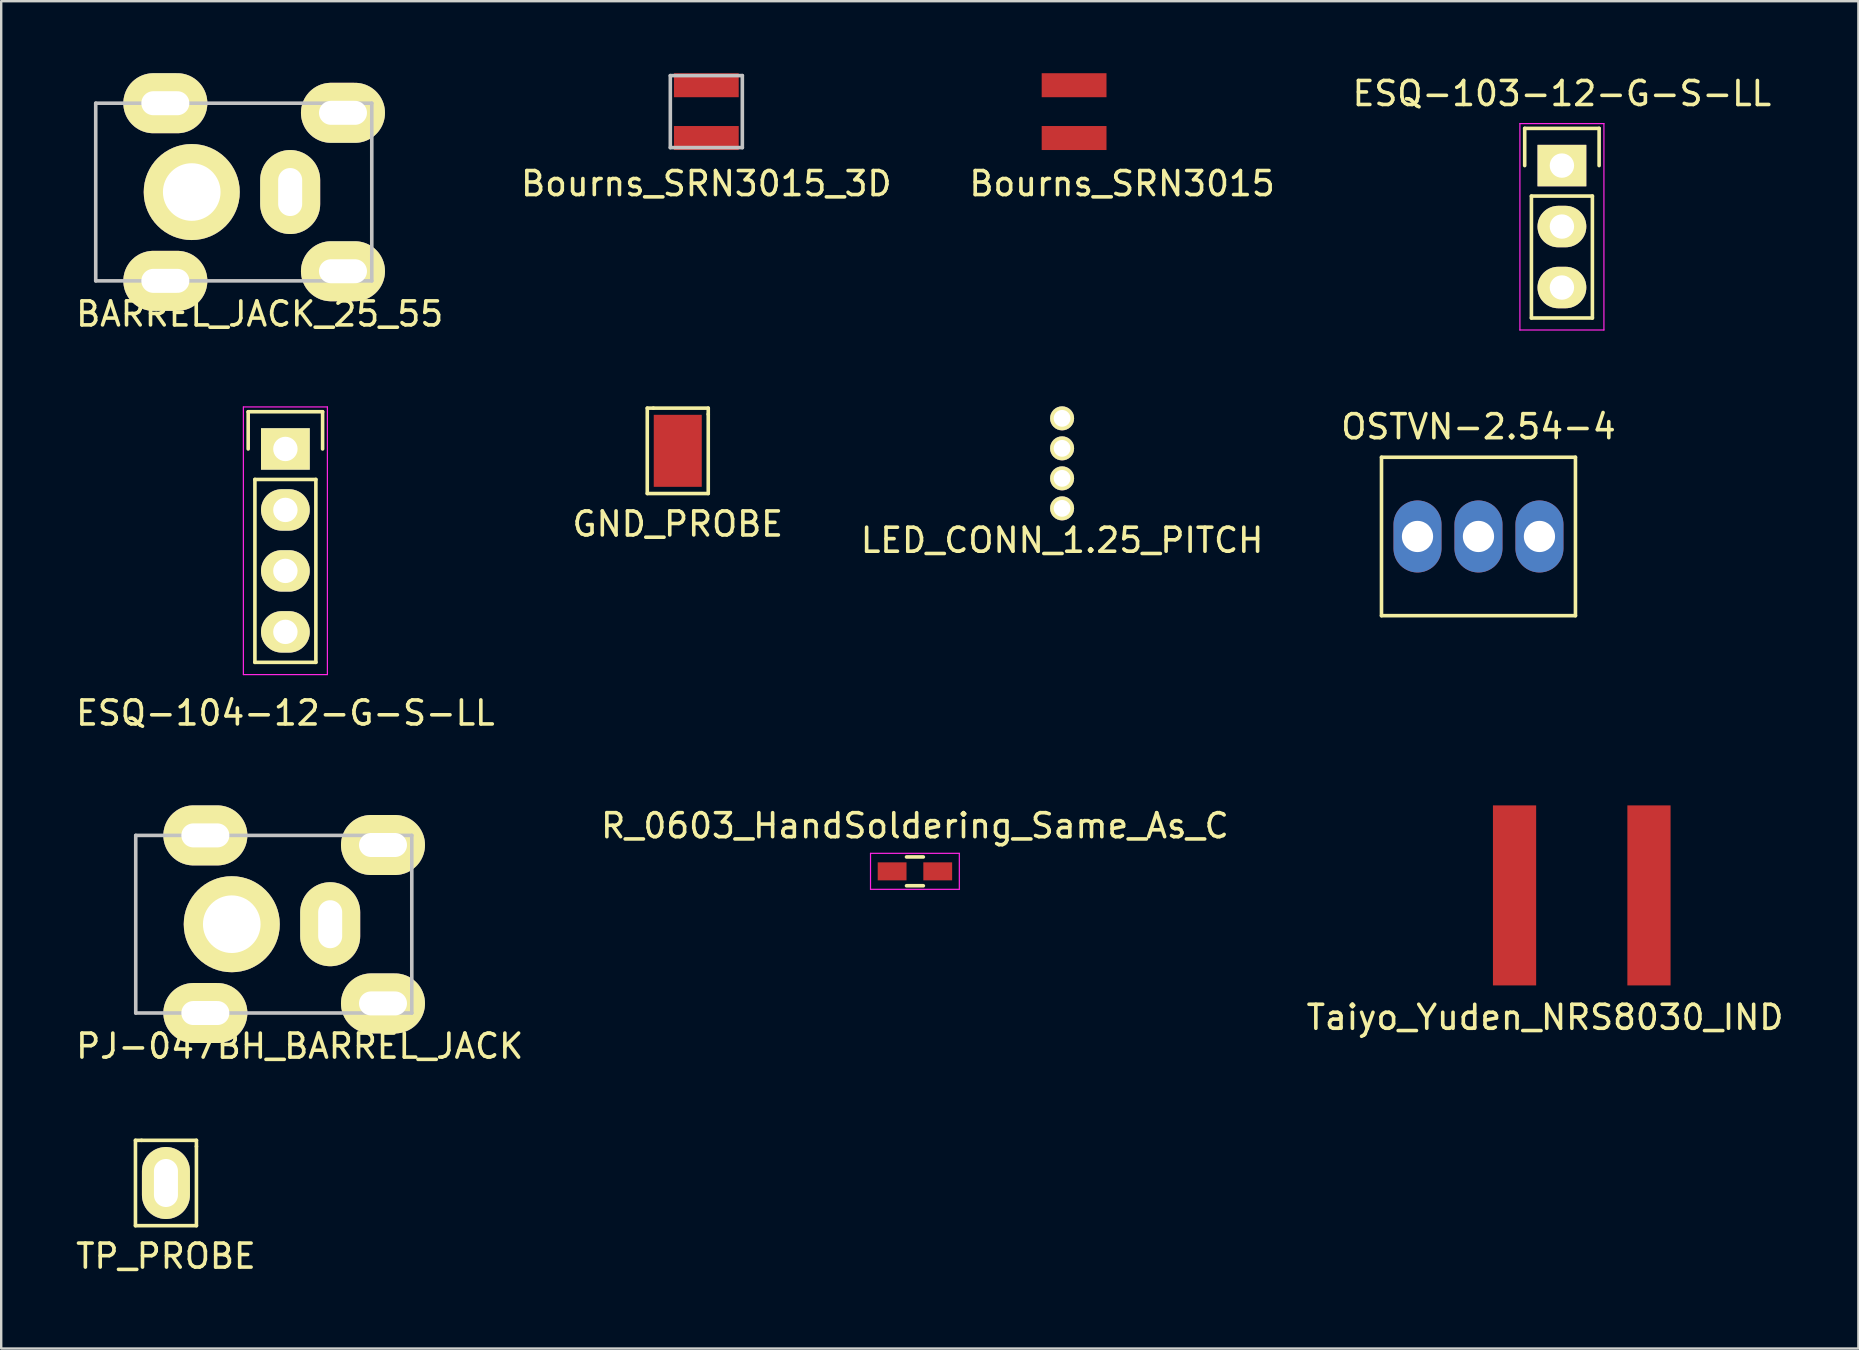
<source format=kicad_pcb>
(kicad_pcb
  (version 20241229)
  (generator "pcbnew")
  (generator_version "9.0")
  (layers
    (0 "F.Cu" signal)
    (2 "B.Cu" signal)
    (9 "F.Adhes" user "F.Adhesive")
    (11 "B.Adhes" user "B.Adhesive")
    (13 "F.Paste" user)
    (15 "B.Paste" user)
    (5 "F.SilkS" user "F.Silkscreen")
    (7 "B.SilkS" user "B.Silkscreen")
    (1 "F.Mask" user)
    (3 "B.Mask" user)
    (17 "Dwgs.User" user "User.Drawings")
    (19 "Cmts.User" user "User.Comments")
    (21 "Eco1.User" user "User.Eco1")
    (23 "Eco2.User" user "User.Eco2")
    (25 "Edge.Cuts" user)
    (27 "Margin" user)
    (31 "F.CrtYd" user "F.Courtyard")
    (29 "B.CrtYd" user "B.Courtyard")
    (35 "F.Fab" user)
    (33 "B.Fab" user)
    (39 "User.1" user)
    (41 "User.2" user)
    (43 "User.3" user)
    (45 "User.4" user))
  (footprint "BARREL_JACK_25_55"
    (layer "F.Cu")
    (at 9.038 4.95)
    (property "Reference" "BARREL_JACK_25_55" (at -1.27 5.08 0) (layer "F.SilkS") (effects (font (size 1 1) (thickness 0.15))))
    (attr through_hole)
    (fp_line (start -8.1 -3.7) (end 3.4 -3.7) (stroke (width 0.15) (type solid)) (layer "Dwgs.User"))
    (fp_line (start -8.1 3.7) (end -8.1 -3.7) (stroke (width 0.15) (type solid)) (layer "Dwgs.User"))
    (fp_line (start -8.1 3.7) (end 3.4 3.7) (stroke (width 0.15) (type solid)) (layer "Dwgs.User"))
    (fp_line (start 3.4 3.7) (end 3.4 -3.7) (stroke (width 0.15) (type solid)) (layer "Dwgs.User"))
    (pad "" thru_hole oval (at -5.2 -3.7) (size 3.5 2.5) (drill oval 2 1) (layers "*.Cu" "*.Mask" "F.SilkS"))
    (pad "" thru_hole oval (at -5.2 3.7) (size 3.5 2.5) (drill oval 2 1) (layers "*.Cu" "*.Mask" "F.SilkS"))
    (pad "" thru_hole circle (at -4.1 0) (size 4 4) (drill 2.4) (layers "*.Cu" "*.Mask" "F.SilkS"))
    (pad "1" thru_hole oval (at 2.2 3.3) (size 3.5 2.5) (drill oval 2 1) (layers "*.Cu" "*.Mask" "F.SilkS"))
    (pad "2" thru_hole oval (at 0 0) (size 2.5 3.5) (drill oval 1 2) (layers "*.Cu" "*.Mask" "F.SilkS"))
    (pad "3" thru_hole oval (at 2.2 -3.3) (size 3.5 2.5) (drill oval 2 1) (layers "*.Cu" "*.Mask" "F.SilkS")))
  (footprint "Bourns_SRN3015"
    (layer "F.Cu")
    (at 41.696 1.6)
    (property "Reference" "Bourns_SRN3015" (at 2 3 0) (layer "F.SilkS") (effects (font (size 1 1) (thickness 0.15))))
    (attr through_hole)
    (pad "1" smd rect (at 0 -1.1) (size 2.7 1) (layers "F.Cu" "F.Mask" "F.Paste"))
    (pad "2" smd rect (at 0 1.1) (size 2.7 1) (layers "F.Cu" "F.Mask" "F.Paste")))
  (footprint "ESQ-103-12-G-S-LL"
    (layer "F.Cu")
    (at 62.018 3.848)
    (property "Reference" "ESQ-103-12-G-S-LL" (at 0 -3 0) (layer "F.SilkS") (effects (font (size 1 1) (thickness 0.15))))
    (attr through_hole)
    (fp_line (start -1.55 -1.55) (end 1.55 -1.55) (stroke (width 0.15) (type solid)) (layer "F.SilkS"))
    (fp_line (start -1.55 0) (end -1.55 -1.55) (stroke (width 0.15) (type solid)) (layer "F.SilkS"))
    (fp_line (start -1.27 1.27) (end -1.27 6.35) (stroke (width 0.15) (type solid)) (layer "F.SilkS"))
    (fp_line (start -1.27 6.35) (end 1.27 6.35) (stroke (width 0.15) (type solid)) (layer "F.SilkS"))
    (fp_line (start 1.27 1.27) (end -1.27 1.27) (stroke (width 0.15) (type solid)) (layer "F.SilkS"))
    (fp_line (start 1.27 6.35) (end 1.27 1.27) (stroke (width 0.15) (type solid)) (layer "F.SilkS"))
    (fp_line (start 1.55 -1.55) (end 1.55 0) (stroke (width 0.15) (type solid)) (layer "F.SilkS"))
    (fp_line (start -1.75 -1.75) (end -1.75 6.85) (stroke (width 0.05) (type solid)) (layer "F.CrtYd"))
    (fp_line (start -1.75 -1.75) (end 1.75 -1.75) (stroke (width 0.05) (type solid)) (layer "F.CrtYd"))
    (fp_line (start -1.75 6.85) (end 1.75 6.85) (stroke (width 0.05) (type solid)) (layer "F.CrtYd"))
    (fp_line (start 1.75 -1.75) (end 1.75 6.85) (stroke (width 0.05) (type solid)) (layer "F.CrtYd"))
    (pad "1" thru_hole rect (at 0 0) (size 2.032 1.727) (drill 1.016) (layers "*.Cu" "*.Mask" "F.SilkS"))
    (pad "2" thru_hole oval (at 0 2.54) (size 2.032 1.727) (drill 1.016) (layers "*.Cu" "*.Mask" "F.SilkS"))
    (pad "3" thru_hole oval (at 0 5.08) (size 2.032 1.727) (drill 1.016) (layers "*.Cu" "*.Mask" "F.SilkS")))
  (footprint "PJ-047BH_BARREL_JACK"
    (layer "F.Cu")
    (at 10.705 35.452)
    (property "Reference" "PJ-047BH_BARREL_JACK" (at -1.27 5.08 0) (layer "F.SilkS") (effects (font (size 1 1) (thickness 0.15))))
    (attr through_hole)
    (fp_line (start -8.1 -3.7) (end 3.4 -3.7) (stroke (width 0.15) (type solid)) (layer "Dwgs.User"))
    (fp_line (start -8.1 3.7) (end -8.1 -3.7) (stroke (width 0.15) (type solid)) (layer "Dwgs.User"))
    (fp_line (start -8.1 3.7) (end 3.4 3.7) (stroke (width 0.15) (type solid)) (layer "Dwgs.User"))
    (fp_line (start 3.4 3.7) (end 3.4 -3.7) (stroke (width 0.15) (type solid)) (layer "Dwgs.User"))
    (pad "" thru_hole oval (at -5.2 -3.7) (size 3.5 2.5) (drill oval 2 1) (layers "*.Cu" "*.Mask" "F.SilkS"))
    (pad "" thru_hole oval (at -5.2 3.7) (size 3.5 2.5) (drill oval 2 1) (layers "*.Cu" "*.Mask" "F.SilkS"))
    (pad "" thru_hole circle (at -4.1 0) (size 4 4) (drill 2.4) (layers "*.Cu" "*.Mask" "F.SilkS"))
    (pad "1" thru_hole oval (at 2.2 3.3) (size 3.5 2.5) (drill oval 2 1) (layers "*.Cu" "*.Mask" "F.SilkS"))
    (pad "2" thru_hole oval (at 0 0) (size 2.5 3.5) (drill oval 1 2) (layers "*.Cu" "*.Mask" "F.SilkS"))
    (pad "3" thru_hole oval (at 2.2 -3.3) (size 3.5 2.5) (drill oval 2 1) (layers "*.Cu" "*.Mask" "F.SilkS")))
  (footprint "OSTVN-2.54-4"
    (layer "F.Cu")
    (at 58.542 19.299)
    (property "Reference" "OSTVN-2.54-4" (at 0 -4.572 0) (layer "F.SilkS") (effects (font (size 1 1) (thickness 0.15))))
    (attr exclude_from_pos_files exclude_from_bom)
    (fp_line (start -4.04 -3.3) (end -4.04 3.3) (stroke (width 0.15) (type solid)) (layer "F.SilkS"))
    (fp_line (start -4.04 -3.3) (end 4.04 -3.3) (stroke (width 0.15) (type solid)) (layer "F.SilkS"))
    (fp_line (start -4.04 3.3) (end 4.04 3.3) (stroke (width 0.15) (type solid)) (layer "F.SilkS"))
    (fp_line (start 4.04 -3.3) (end 4.04 3.3) (stroke (width 0.15) (type solid)) (layer "F.SilkS"))
    (pad "1" thru_hole oval (at -2.54 0) (size 2 3) (drill 1.3) (layers "*.Cu" "*.Mask"))
    (pad "2" thru_hole oval (at 0 0) (size 2 3) (drill 1.3) (layers "*.Cu" "*.Mask"))
    (pad "3" thru_hole oval (at 2.54 0) (size 2 3) (drill 1.3) (layers "*.Cu" "*.Mask")))
  (footprint "TP_PROBE"
    (layer "F.Cu")
    (at 3.863 46.233)
    (property "Reference" "TP_PROBE" (at 0 3.048 0) (layer "F.SilkS") (effects (font (size 1 1) (thickness 0.15))))
    (attr through_hole)
    (fp_line (start -1.27 -1.778) (end -1.27 1.778) (stroke (width 0.15) (type solid)) (layer "F.SilkS"))
    (fp_line (start -1.27 1.778) (end 1.27 1.778) (stroke (width 0.15) (type solid)) (layer "F.SilkS"))
    (fp_line (start -1.016 -1.778) (end -1.27 -1.778) (stroke (width 0.15) (type solid)) (layer "F.SilkS"))
    (fp_line (start 1.27 -1.778) (end -1.016 -1.778) (stroke (width 0.15) (type solid)) (layer "F.SilkS"))
    (fp_line (start 1.27 -1.524) (end 1.27 -1.778) (stroke (width 0.15) (type solid)) (layer "F.SilkS"))
    (fp_line (start 1.27 1.778) (end 1.27 -1.524) (stroke (width 0.15) (type solid)) (layer "F.SilkS"))
    (pad "1" thru_hole oval (at 0 0) (size 2 3) (drill oval 1 2) (layers "*.Cu" "*.Mask" "F.SilkS")))
  (footprint "GND_PROBE"
    (layer "F.Cu")
    (at 25.185 15.731)
    (property "Reference" "GND_PROBE" (at 0 3.048 0) (layer "F.SilkS") (effects (font (size 1 1) (thickness 0.15))))
    (attr through_hole)
    (fp_line (start -1.27 -1.778) (end -1.27 1.778) (stroke (width 0.15) (type solid)) (layer "F.SilkS"))
    (fp_line (start -1.27 1.778) (end 1.27 1.778) (stroke (width 0.15) (type solid)) (layer "F.SilkS"))
    (fp_line (start -1.016 -1.778) (end -1.27 -1.778) (stroke (width 0.15) (type solid)) (layer "F.SilkS"))
    (fp_line (start 1.27 -1.778) (end -1.016 -1.778) (stroke (width 0.15) (type solid)) (layer "F.SilkS"))
    (fp_line (start 1.27 -1.524) (end 1.27 -1.778) (stroke (width 0.15) (type solid)) (layer "F.SilkS"))
    (fp_line (start 1.27 1.778) (end 1.27 -1.524) (stroke (width 0.15) (type solid)) (layer "F.SilkS"))
    (pad "1" smd rect (at 0 0) (size 2 3) (layers "F.Cu" "F.Mask" "F.Paste")))
  (footprint "ESQ-104-12-G-S-LL"
    (layer "F.Cu")
    (at 8.839 15.653)
    (property "Reference" "ESQ-104-12-G-S-LL" (at 0 11 0) (layer "F.SilkS") (effects (font (size 1 1) (thickness 0.15))))
    (attr through_hole)
    (fp_line (start -1.55 -1.55) (end 1.55 -1.55) (stroke (width 0.15) (type solid)) (layer "F.SilkS"))
    (fp_line (start -1.55 0) (end -1.55 -1.55) (stroke (width 0.15) (type solid)) (layer "F.SilkS"))
    (fp_line (start -1.27 1.27) (end -1.27 8.89) (stroke (width 0.15) (type solid)) (layer "F.SilkS"))
    (fp_line (start -1.27 8.89) (end 1.27 8.89) (stroke (width 0.15) (type solid)) (layer "F.SilkS"))
    (fp_line (start 1.27 1.27) (end -1.27 1.27) (stroke (width 0.15) (type solid)) (layer "F.SilkS"))
    (fp_line (start 1.27 1.27) (end 1.27 8.89) (stroke (width 0.15) (type solid)) (layer "F.SilkS"))
    (fp_line (start 1.55 -1.55) (end 1.55 0) (stroke (width 0.15) (type solid)) (layer "F.SilkS"))
    (fp_line (start -1.75 -1.75) (end -1.75 9.4) (stroke (width 0.05) (type solid)) (layer "F.CrtYd"))
    (fp_line (start -1.75 -1.75) (end 1.75 -1.75) (stroke (width 0.05) (type solid)) (layer "F.CrtYd"))
    (fp_line (start -1.75 9.4) (end 1.75 9.4) (stroke (width 0.05) (type solid)) (layer "F.CrtYd"))
    (fp_line (start 1.75 -1.75) (end 1.75 9.4) (stroke (width 0.05) (type solid)) (layer "F.CrtYd"))
    (pad "1" thru_hole rect (at 0 0) (size 2.032 1.727) (drill 1.016) (layers "*.Cu" "*.Mask" "F.SilkS"))
    (pad "2" thru_hole oval (at 0 2.54) (size 2.032 1.727) (drill 1.016) (layers "*.Cu" "*.Mask" "F.SilkS"))
    (pad "3" thru_hole oval (at 0 5.08) (size 2.032 1.727) (drill 1.016) (layers "*.Cu" "*.Mask" "F.SilkS"))
    (pad "4" thru_hole oval (at 0 7.62) (size 2.032 1.727) (drill 1.016) (layers "*.Cu" "*.Mask" "F.SilkS")))
  (footprint "Taiyo_Yuden_NRS8030_IND"
    (layer "F.Cu")
    (at 60.045 34.252)
    (property "Reference" "Taiyo_Yuden_NRS8030_IND" (at 1.27 5.08 0) (layer "F.SilkS") (effects (font (size 1 1) (thickness 0.15))))
    (attr through_hole)
    (pad "1" smd rect (at 0 0) (size 1.8 7.5) (layers "F.Cu" "F.Mask" "F.Paste"))
    (pad "2" smd rect (at 5.6 0) (size 1.8 7.5) (layers "F.Cu" "F.Mask" "F.Paste")))
  (footprint "R_0603_HandSoldering_Same_As_C"
    (layer "F.Cu")
    (at 35.065 33.25)
    (property "Reference" "R_0603_HandSoldering_Same_As_C" (at 0 -1.9 0) (layer "F.SilkS") (effects (font (size 1 1) (thickness 0.15))))
    (attr smd)
    (fp_line (start -0.35 -0.6) (end 0.35 -0.6) (stroke (width 0.15) (type solid)) (layer "F.SilkS"))
    (fp_line (start 0.35 0.6) (end -0.35 0.6) (stroke (width 0.15) (type solid)) (layer "F.SilkS"))
    (fp_line (start -1.85 -0.75) (end -1.85 0.75) (stroke (width 0.05) (type solid)) (layer "F.CrtYd"))
    (fp_line (start -1.85 -0.75) (end 1.85 -0.75) (stroke (width 0.05) (type solid)) (layer "F.CrtYd"))
    (fp_line (start -1.85 0.75) (end 1.85 0.75) (stroke (width 0.05) (type solid)) (layer "F.CrtYd"))
    (fp_line (start 1.85 -0.75) (end 1.85 0.75) (stroke (width 0.05) (type solid)) (layer "F.CrtYd"))
    (pad "1" smd rect (at -0.95 0) (size 1.2 0.75) (layers "F.Cu" "F.Mask" "F.Paste"))
    (pad "2" smd rect (at 0.95 0) (size 1.2 0.75) (layers "F.Cu" "F.Mask" "F.Paste")))
  (footprint "LED_CONN_1.25_PITCH"
    (layer "F.Cu")
    (at 41.196 14.378)
    (property "Reference" "LED_CONN_1.25_PITCH" (at 0 5.08 0) (layer "F.SilkS") (effects (font (size 1 1) (thickness 0.15))))
    (attr through_hole)
    (pad "1" thru_hole circle (at 0 0) (size 1 1) (drill 0.7) (layers "*.Cu" "*.Mask" "F.SilkS"))
    (pad "2" thru_hole circle (at 0 1.25) (size 1 1) (drill 0.7) (layers "*.Cu" "*.Mask" "F.SilkS"))
    (pad "3" thru_hole circle (at 0 2.5) (size 1 1) (drill 0.7) (layers "*.Cu" "*.Mask" "F.SilkS"))
    (pad "4" thru_hole circle (at 0 3.75) (size 1 1) (drill 0.7) (layers "*.Cu" "*.Mask" "F.SilkS")))
  (footprint "Bourns_SRN3015_3D"
    (layer "F.Cu")
    (at 26.375 1.6)
    (property "Reference" "Bourns_SRN3015_3D" (at 0 3 0) (layer "F.SilkS") (effects (font (size 1 1) (thickness 0.15))))
    (attr through_hole)
    (fp_line (start -1.5 -1.5) (end -1.5 1.5) (stroke (width 0.15) (type solid)) (layer "Dwgs.User"))
    (fp_line (start -1.5 -1.5) (end 1.5 -1.5) (stroke (width 0.15) (type solid)) (layer "Dwgs.User"))
    (fp_line (start -1.5 1.5) (end 1.5 1.5) (stroke (width 0.15) (type solid)) (layer "Dwgs.User"))
    (fp_line (start 1.5 -1.5) (end 1.5 1.5) (stroke (width 0.15) (type solid)) (layer "Dwgs.User"))
    (pad "1" smd rect (at 0 -1.1) (size 2.7 1) (layers "F.Cu" "F.Mask" "F.Paste"))
    (pad "2" smd rect (at 0 1.1) (size 2.7 1) (layers "F.Cu" "F.Mask" "F.Paste")))
  (gr_rect
    (start -3 -3)
    (end 74.369 53.129)
    (stroke (width 0.1) (type default))
    (fill no)
    (layer "Edge.Cuts")))
</source>
